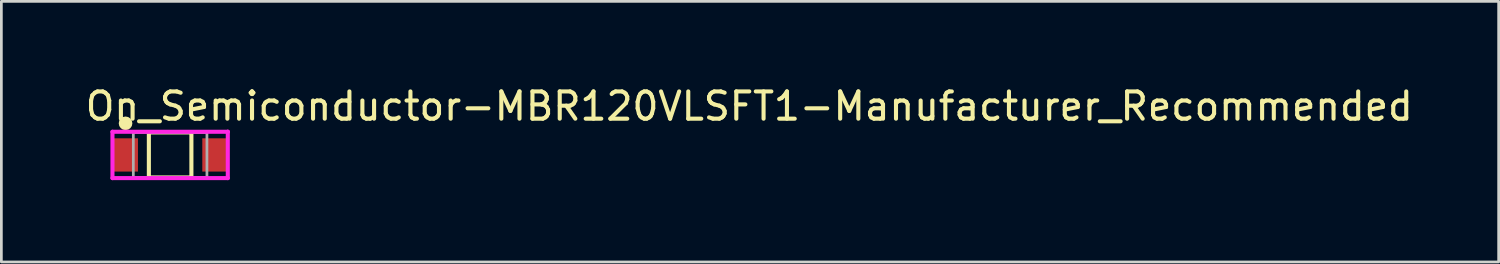
<source format=kicad_pcb>
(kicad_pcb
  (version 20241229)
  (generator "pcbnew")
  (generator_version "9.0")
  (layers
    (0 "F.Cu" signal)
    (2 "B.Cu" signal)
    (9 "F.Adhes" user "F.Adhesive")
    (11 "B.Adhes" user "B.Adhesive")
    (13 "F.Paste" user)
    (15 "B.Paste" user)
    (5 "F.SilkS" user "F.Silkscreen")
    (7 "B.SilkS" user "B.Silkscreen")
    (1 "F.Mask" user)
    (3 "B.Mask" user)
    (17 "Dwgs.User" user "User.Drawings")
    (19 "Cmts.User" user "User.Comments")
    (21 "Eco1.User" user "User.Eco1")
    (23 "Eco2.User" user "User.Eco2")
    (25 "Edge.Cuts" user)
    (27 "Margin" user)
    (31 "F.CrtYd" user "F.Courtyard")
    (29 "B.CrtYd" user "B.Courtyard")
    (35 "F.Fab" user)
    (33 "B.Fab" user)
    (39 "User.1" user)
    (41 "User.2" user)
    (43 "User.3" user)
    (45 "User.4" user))
  (footprint "On_Semiconductor-MBR120VLSFT1-Manufacturer_Recommended"
    (layer "F.Cu")
    (at 3.19 2.633)
    (property "Reference" "On_Semiconductor-MBR120VLSFT1-Manufacturer_Recommended" (at -3.19 -1.785 0) (layer "F.SilkS") (effects (font (size 1 1) (thickness 0.15)) (justify left)))
    (attr through_hole)
    (fp_line (start -0.78 -0.825) (end 0.78 -0.825) (stroke (width 0.15) (type solid)) (layer "F.SilkS"))
    (fp_line (start -0.78 0.825) (end -0.78 -0.825) (stroke (width 0.15) (type solid)) (layer "F.SilkS"))
    (fp_line (start -0.78 0.825) (end 0.78 0.825) (stroke (width 0.15) (type solid)) (layer "F.SilkS"))
    (fp_line (start 0.78 0.825) (end 0.78 -0.825) (stroke (width 0.15) (type solid)) (layer "F.SilkS"))
    (fp_circle (center -1.635 -1.16) (end -1.51 -1.16) (stroke (width 0.25) (type solid)) (fill no) (layer "F.SilkS"))
    (fp_line (start -2.115 -0.85) (end -2.115 0.85) (stroke (width 0.15) (type solid)) (layer "F.CrtYd"))
    (fp_line (start -2.115 0.85) (end 2.115 0.85) (stroke (width 0.15) (type solid)) (layer "F.CrtYd"))
    (fp_line (start 2.115 -0.85) (end -2.115 -0.85) (stroke (width 0.15) (type solid)) (layer "F.CrtYd"))
    (fp_line (start 2.115 -0.85) (end 2.115 -0.85) (stroke (width 0.15) (type solid)) (layer "F.CrtYd"))
    (fp_line (start 2.115 0.85) (end 2.115 -0.85) (stroke (width 0.15) (type solid)) (layer "F.CrtYd"))
    (fp_line (start -1.35 -0.825) (end 1.35 -0.825) (stroke (width 0.1) (type solid)) (layer "F.Fab"))
    (fp_line (start -1.35 0.825) (end -1.35 -0.825) (stroke (width 0.1) (type solid)) (layer "F.Fab"))
    (fp_line (start -1.35 0.825) (end 1.35 0.825) (stroke (width 0.1) (type solid)) (layer "F.Fab"))
    (fp_line (start 1.35 0.825) (end 1.35 -0.825) (stroke (width 0.1) (type solid)) (layer "F.Fab"))
    (pad "1" smd rect (at -1.635 0) (size 0.91 1.22) (layers "F.Cu" "F.Mask" "F.Paste"))
    (pad "2" smd rect (at 1.635 0) (size 0.91 1.22) (layers "F.Cu" "F.Mask" "F.Paste")))
  (gr_rect
    (start -3 -3)
    (end 51.917 6.558)
    (stroke (width 0.1) (type default))
    (fill no)
    (layer "Edge.Cuts")))
</source>
